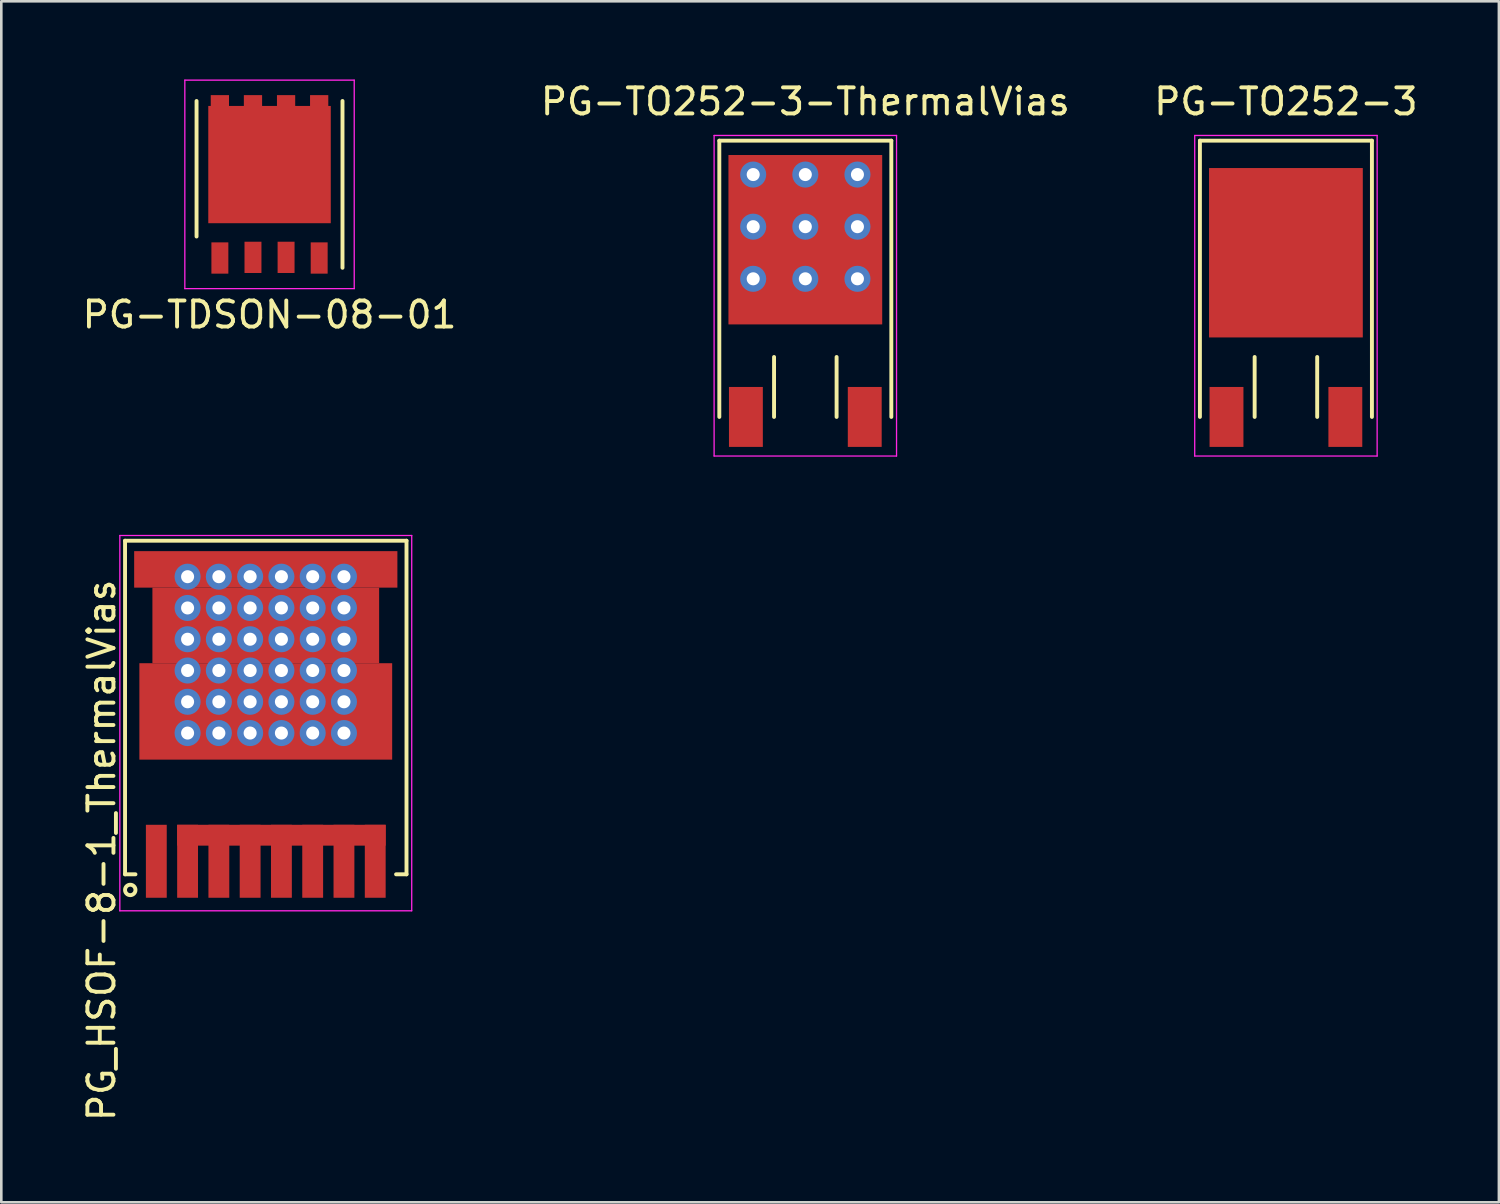
<source format=kicad_pcb>
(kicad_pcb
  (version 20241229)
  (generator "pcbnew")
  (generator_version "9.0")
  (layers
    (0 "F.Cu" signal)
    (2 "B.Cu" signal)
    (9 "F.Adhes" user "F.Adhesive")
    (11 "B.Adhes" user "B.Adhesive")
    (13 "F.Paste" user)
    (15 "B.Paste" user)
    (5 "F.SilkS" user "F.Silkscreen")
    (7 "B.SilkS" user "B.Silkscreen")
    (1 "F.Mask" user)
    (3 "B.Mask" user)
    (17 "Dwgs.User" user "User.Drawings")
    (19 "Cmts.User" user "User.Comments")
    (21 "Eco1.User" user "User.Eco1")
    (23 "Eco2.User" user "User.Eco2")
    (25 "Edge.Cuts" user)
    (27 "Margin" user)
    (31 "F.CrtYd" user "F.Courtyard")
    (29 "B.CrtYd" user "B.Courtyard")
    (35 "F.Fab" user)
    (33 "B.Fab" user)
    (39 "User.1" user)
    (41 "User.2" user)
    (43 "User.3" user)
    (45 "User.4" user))
  (footprint "PG-TO252-3"
    (layer "F.Cu")
    (at 46.292 6.648)
    (property "Reference" "PG-TO252-3" (at 0 -5.8 0) (layer "F.SilkS") (effects (font (size 1 1) (thickness 0.15))))
    (attr through_hole)
    (fp_line (start -3.3 6.3) (end -3.3 -4.3) (stroke (width 0.15) (type solid)) (layer "F.SilkS"))
    (fp_line (start -1.2 6.3) (end -1.2 4) (stroke (width 0.15) (type solid)) (layer "F.SilkS"))
    (fp_line (start 1.2 4) (end 1.2 6.3) (stroke (width 0.15) (type solid)) (layer "F.SilkS"))
    (fp_line (start 3.3 -4.3) (end -3.3 -4.3) (stroke (width 0.15) (type solid)) (layer "F.SilkS"))
    (fp_line (start 3.3 -4.3) (end 3.3 6.3) (stroke (width 0.15) (type solid)) (layer "F.SilkS"))
    (fp_line (start -3.5 -4.5) (end -3.5 7.8) (stroke (width 0.05) (type solid)) (layer "F.CrtYd"))
    (fp_line (start -3.5 7.8) (end 3.5 7.8) (stroke (width 0.05) (type solid)) (layer "F.CrtYd"))
    (fp_line (start 3.5 -4.5) (end -3.5 -4.5) (stroke (width 0.05) (type solid)) (layer "F.CrtYd"))
    (fp_line (start 3.5 7.8) (end 3.5 -4.5) (stroke (width 0.05) (type solid)) (layer "F.CrtYd"))
    (pad "1" smd rect (at -2.28 6.3) (size 1.3 2.3) (layers "F.Cu" "F.Mask" "F.Paste"))
    (pad "2" smd rect (at 0 0) (size 5.9 6.5) (layers "F.Cu" "F.Mask" "F.Paste"))
    (pad "3" smd rect (at 2.28 6.3) (size 1.3 2.3) (layers "F.Cu" "F.Mask" "F.Paste")))
  (footprint "PG-TDSON-08-01"
    (layer "F.Cu")
    (at 7.292 4.025)
    (property "Reference" "PG-TDSON-08-01" (at 0 5 0) (layer "F.SilkS") (effects (font (size 1 1) (thickness 0.15))))
    (attr smd)
    (fp_line (start -2.8 -3.2) (end -2.8 2) (stroke (width 0.15) (type solid)) (layer "F.SilkS"))
    (fp_line (start 2.8 -3.2) (end 2.8 3.2) (stroke (width 0.15) (type solid)) (layer "F.SilkS"))
    (fp_line (start -3.25 -4) (end -3.25 4) (stroke (width 0.05) (type solid)) (layer "F.CrtYd"))
    (fp_line (start -3.25 4) (end 3.25 4) (stroke (width 0.05) (type solid)) (layer "F.CrtYd"))
    (fp_line (start 3.25 -4) (end -3.25 -4) (stroke (width 0.05) (type solid)) (layer "F.CrtYd"))
    (fp_line (start 3.25 4) (end 3.25 -4) (stroke (width 0.05) (type solid)) (layer "F.CrtYd"))
    (pad "1" smd rect (at -1.905 2.825) (size 0.65 1.2) (layers "F.Cu" "F.Mask" "F.Paste"))
    (pad "2" smd rect (at -0.635 2.8) (size 0.65 1.2) (layers "F.Cu" "F.Mask" "F.Paste"))
    (pad "3" smd rect (at 0.635 2.8) (size 0.65 1.2) (layers "F.Cu" "F.Mask" "F.Paste"))
    (pad "4" smd rect (at 1.905 2.825) (size 0.65 1.2) (layers "F.Cu" "F.Mask" "F.Paste"))
    (pad "5" smd rect (at 1.905 -2.825) (size 0.7 1.2) (layers "F.Cu" "F.Mask" "F.Paste"))
    (pad "6" smd rect (at 0.635 -2.825) (size 0.7 1.2) (layers "F.Cu" "F.Mask" "F.Paste"))
    (pad "7" smd rect (at -0.635 -2.825) (size 0.7 1.2) (layers "F.Cu" "F.Mask" "F.Paste"))
    (pad "8" smd rect (at -1.905 -2.825) (size 0.7 1.2) (layers "F.Cu" "F.Mask" "F.Paste"))
    (pad "8" smd rect (at -1.1 -1.4) (size 1.2 1.2) (layers "F.Cu" "F.Mask" "F.Paste"))
    (pad "8" smd rect (at -1.1 0.4) (size 1.2 1.2) (layers "F.Cu" "F.Mask" "F.Paste"))
    (pad "8" smd rect (at 0 -0.76) (size 4.7 4.5) (layers "F.Cu" "F.Mask"))
    (pad "8" smd rect (at 1.1 -1.4) (size 1.2 1.2) (layers "F.Cu" "F.Mask" "F.Paste"))
    (pad "8" smd rect (at 1.1 0.4) (size 1.2 1.2) (layers "F.Cu" "F.Mask" "F.Paste")))
  (footprint "PG-TO252-3-ThermalVias"
    (layer "F.Cu")
    (at 27.851 6.648)
    (property "Reference" "PG-TO252-3-ThermalVias" (at 0 -5.8 0) (layer "F.SilkS") (effects (font (size 1 1) (thickness 0.15))))
    (attr through_hole)
    (fp_line (start -3.3 6.3) (end -3.3 -4.3) (stroke (width 0.15) (type solid)) (layer "F.SilkS"))
    (fp_line (start -1.2 6.3) (end -1.2 4) (stroke (width 0.15) (type solid)) (layer "F.SilkS"))
    (fp_line (start 1.2 4) (end 1.2 6.3) (stroke (width 0.15) (type solid)) (layer "F.SilkS"))
    (fp_line (start 3.3 -4.3) (end -3.3 -4.3) (stroke (width 0.15) (type solid)) (layer "F.SilkS"))
    (fp_line (start 3.3 -4.3) (end 3.3 6.3) (stroke (width 0.15) (type solid)) (layer "F.SilkS"))
    (fp_line (start -3.5 -4.5) (end -3.5 7.8) (stroke (width 0.05) (type solid)) (layer "F.CrtYd"))
    (fp_line (start -3.5 7.8) (end 3.5 7.8) (stroke (width 0.05) (type solid)) (layer "F.CrtYd"))
    (fp_line (start 3.5 -4.5) (end -3.5 -4.5) (stroke (width 0.05) (type solid)) (layer "F.CrtYd"))
    (fp_line (start 3.5 7.8) (end 3.5 -4.5) (stroke (width 0.05) (type solid)) (layer "F.CrtYd"))
    (pad "1" smd rect (at -2.28 6.3) (size 1.3 2.3) (layers "F.Cu" "F.Mask" "F.Paste"))
    (pad "2" thru_hole circle (at -2 -3) (size 1 1) (drill 0.5) (layers "*.Cu" "*.Mask" "F.Paste"))
    (pad "2" thru_hole circle (at -2 -1) (size 1 1) (drill 0.5) (layers "*.Cu" "*.Mask" "F.Paste"))
    (pad "2" thru_hole circle (at -2 1) (size 1 1) (drill 0.5) (layers "*.Cu" "*.Mask" "F.Paste"))
    (pad "2" thru_hole circle (at 0 -3) (size 1 1) (drill 0.5) (layers "*.Cu" "*.Mask" "F.Paste"))
    (pad "2" thru_hole circle (at 0 -1) (size 1 1) (drill 0.5) (layers "*.Cu" "*.Mask" "F.Paste"))
    (pad "2" smd rect (at 0 -0.5) (size 5.9 6.5) (layers "F.Cu" "F.Mask" "F.Paste"))
    (pad "2" thru_hole circle (at 0 1) (size 1 1) (drill 0.5) (layers "*.Cu" "*.Mask" "F.Paste"))
    (pad "2" thru_hole circle (at 2 -3) (size 1 1) (drill 0.5) (layers "*.Cu" "*.Mask" "F.Paste"))
    (pad "2" thru_hole circle (at 2 -1) (size 1 1) (drill 0.5) (layers "*.Cu" "*.Mask" "F.Paste"))
    (pad "2" thru_hole circle (at 2 1) (size 1 1) (drill 0.5) (layers "*.Cu" "*.Mask" "F.Paste"))
    (pad "3" smd rect (at 2.28 6.3) (size 1.3 2.3) (layers "F.Cu" "F.Mask" "F.Paste")))
  (footprint "PG_HSOF-8-1_ThermalVias"
    (layer "F.Cu")
    (at 7.148 26.098)
    (property "Reference" "PG_HSOF-8-1_ThermalVias" (at -6.3 3.48 90) (layer "F.SilkS") (effects (font (size 1 1) (thickness 0.15))))
    (attr through_hole)
    (fp_line (start -5.4 -8.4) (end -5.4 4.4) (stroke (width 0.15) (type solid)) (layer "F.SilkS"))
    (fp_line (start -5.4 -8.4) (end 5.4 -8.4) (stroke (width 0.15) (type solid)) (layer "F.SilkS"))
    (fp_line (start -5.4 4.4) (end -5 4.4) (stroke (width 0.15) (type solid)) (layer "F.SilkS"))
    (fp_line (start 5.4 4.4) (end 5 4.4) (stroke (width 0.15) (type solid)) (layer "F.SilkS"))
    (fp_line (start 5.4 4.4) (end 5.4 -8.4) (stroke (width 0.15) (type solid)) (layer "F.SilkS"))
    (fp_circle (center -5.2 5) (end -5 5) (stroke (width 0.15) (type solid)) (fill no) (layer "F.SilkS"))
    (fp_line (start -5.6 -8.6) (end -5.6 5.8) (stroke (width 0.05) (type solid)) (layer "F.CrtYd"))
    (fp_line (start -5.6 -8.6) (end 5.6 -8.6) (stroke (width 0.05) (type solid)) (layer "F.CrtYd"))
    (fp_line (start 5.6 5.8) (end -5.6 5.8) (stroke (width 0.05) (type solid)) (layer "F.CrtYd"))
    (fp_line (start 5.6 5.8) (end 5.6 -8.6) (stroke (width 0.05) (type solid)) (layer "F.CrtYd"))
    (pad "1" smd rect (at -4.2 3.9) (size 0.8 2.8) (layers "F.Cu" "F.Mask" "F.Paste"))
    (pad "2" smd rect (at -3 3.9) (size 0.8 2.8) (layers "F.Cu" "F.Mask" "F.Paste"))
    (pad "2" smd rect (at -1.8 3.9) (size 0.8 2.8) (layers "F.Cu" "F.Mask" "F.Paste"))
    (pad "2" smd rect (at -0.6 3.9) (size 0.8 2.8) (layers "F.Cu" "F.Mask" "F.Paste"))
    (pad "2" smd rect (at 0.6 2.9) (size 8 0.8) (layers "F.Cu" "F.Mask"))
    (pad "2" smd rect (at 0.6 3.9) (size 0.8 2.8) (layers "F.Cu" "F.Mask" "F.Paste"))
    (pad "2" smd rect (at 1.8 3.9) (size 0.8 2.8) (layers "F.Cu" "F.Mask" "F.Paste"))
    (pad "2" smd rect (at 3 3.9) (size 0.8 2.8) (layers "F.Cu" "F.Mask" "F.Paste"))
    (pad "2" smd rect (at 4.2 3.9) (size 0.8 2.8) (layers "F.Cu" "F.Mask" "F.Paste"))
    (pad "3" thru_hole circle (at -3 -7.02) (size 1 1) (drill 0.5) (layers "*.Cu" "*.Mask" "F.Paste"))
    (pad "3" thru_hole circle (at -3 -5.82) (size 1 1) (drill 0.5) (layers "*.Cu" "*.Mask" "F.Paste"))
    (pad "3" thru_hole circle (at -3 -4.62) (size 1 1) (drill 0.5) (layers "*.Cu" "*.Mask" "F.Paste"))
    (pad "3" thru_hole circle (at -3 -3.42) (size 1 1) (drill 0.5) (layers "*.Cu" "*.Mask" "F.Paste"))
    (pad "3" thru_hole circle (at -3 -2.22) (size 1 1) (drill 0.5) (layers "*.Cu" "*.Mask" "F.Paste"))
    (pad "3" thru_hole circle (at -3 -1.02) (size 1 1) (drill 0.5) (layers "*.Cu" "*.Mask" "F.Paste"))
    (pad "3" thru_hole circle (at -1.8 -7.02) (size 1 1) (drill 0.5) (layers "*.Cu" "*.Mask" "F.Paste"))
    (pad "3" thru_hole circle (at -1.8 -5.82) (size 1 1) (drill 0.5) (layers "*.Cu" "*.Mask" "F.Paste"))
    (pad "3" thru_hole circle (at -1.8 -4.62) (size 1 1) (drill 0.5) (layers "*.Cu" "*.Mask" "F.Paste"))
    (pad "3" thru_hole circle (at -1.8 -3.42) (size 1 1) (drill 0.5) (layers "*.Cu" "*.Mask" "F.Paste"))
    (pad "3" thru_hole circle (at -1.8 -2.22) (size 1 1) (drill 0.5) (layers "*.Cu" "*.Mask" "F.Paste"))
    (pad "3" thru_hole circle (at -1.8 -1.02) (size 1 1) (drill 0.5) (layers "*.Cu" "*.Mask" "F.Paste"))
    (pad "3" thru_hole circle (at -0.6 -7.02) (size 1 1) (drill 0.5) (layers "*.Cu" "*.Mask" "F.Paste"))
    (pad "3" thru_hole circle (at -0.6 -5.82) (size 1 1) (drill 0.5) (layers "*.Cu" "*.Mask" "F.Paste"))
    (pad "3" thru_hole circle (at -0.6 -4.62) (size 1 1) (drill 0.5) (layers "*.Cu" "*.Mask" "F.Paste"))
    (pad "3" thru_hole circle (at -0.6 -3.42) (size 1 1) (drill 0.5) (layers "*.Cu" "*.Mask" "F.Paste"))
    (pad "3" thru_hole circle (at -0.6 -2.22) (size 1 1) (drill 0.5) (layers "*.Cu" "*.Mask" "F.Paste"))
    (pad "3" thru_hole circle (at -0.6 -1.02) (size 1 1) (drill 0.5) (layers "*.Cu" "*.Mask" "F.Paste"))
    (pad "3" smd rect (at 0 -7.3) (size 10.1 1.4) (layers "F.Cu" "F.Mask"))
    (pad "3" smd rect (at 0 -5.15) (size 8.7 2.9) (layers "F.Cu" "F.Mask"))
    (pad "3" smd rect (at 0 -1.85) (size 9.7 3.7) (layers "F.Cu" "F.Mask"))
    (pad "3" thru_hole circle (at 0.6 -7.02) (size 1 1) (drill 0.5) (layers "*.Cu" "*.Mask" "F.Paste"))
    (pad "3" thru_hole circle (at 0.6 -5.82) (size 1 1) (drill 0.5) (layers "*.Cu" "*.Mask" "F.Paste"))
    (pad "3" thru_hole circle (at 0.6 -4.62) (size 1 1) (drill 0.5) (layers "*.Cu" "*.Mask" "F.Paste"))
    (pad "3" thru_hole circle (at 0.6 -3.42) (size 1 1) (drill 0.5) (layers "*.Cu" "*.Mask" "F.Paste"))
    (pad "3" thru_hole circle (at 0.6 -2.22) (size 1 1) (drill 0.5) (layers "*.Cu" "*.Mask" "F.Paste"))
    (pad "3" thru_hole circle (at 0.6 -1.02) (size 1 1) (drill 0.5) (layers "*.Cu" "*.Mask" "F.Paste"))
    (pad "3" thru_hole circle (at 1.8 -7.02) (size 1 1) (drill 0.5) (layers "*.Cu" "*.Mask" "F.Paste"))
    (pad "3" thru_hole circle (at 1.8 -5.82) (size 1 1) (drill 0.5) (layers "*.Cu" "*.Mask" "F.Paste"))
    (pad "3" thru_hole circle (at 1.8 -4.62) (size 1 1) (drill 0.5) (layers "*.Cu" "*.Mask" "F.Paste"))
    (pad "3" thru_hole circle (at 1.8 -3.42) (size 1 1) (drill 0.5) (layers "*.Cu" "*.Mask" "F.Paste"))
    (pad "3" thru_hole circle (at 1.8 -2.22) (size 1 1) (drill 0.5) (layers "*.Cu" "*.Mask" "F.Paste"))
    (pad "3" thru_hole circle (at 1.8 -1.02) (size 1 1) (drill 0.5) (layers "*.Cu" "*.Mask" "F.Paste"))
    (pad "3" thru_hole circle (at 3 -7.02) (size 1 1) (drill 0.5) (layers "*.Cu" "*.Mask" "F.Paste"))
    (pad "3" thru_hole circle (at 3 -5.82) (size 1 1) (drill 0.5) (layers "*.Cu" "*.Mask" "F.Paste"))
    (pad "3" thru_hole circle (at 3 -4.62) (size 1 1) (drill 0.5) (layers "*.Cu" "*.Mask" "F.Paste"))
    (pad "3" thru_hole circle (at 3 -3.42) (size 1 1) (drill 0.5) (layers "*.Cu" "*.Mask" "F.Paste"))
    (pad "3" thru_hole circle (at 3 -2.22) (size 1 1) (drill 0.5) (layers "*.Cu" "*.Mask" "F.Paste"))
    (pad "3" thru_hole circle (at 3 -1.02) (size 1 1) (drill 0.5) (layers "*.Cu" "*.Mask" "F.Paste")))
  (gr_rect
    (start -3 -3)
    (end 54.464 43.084)
    (stroke (width 0.1) (type default))
    (fill no)
    (layer "Edge.Cuts")))
</source>
